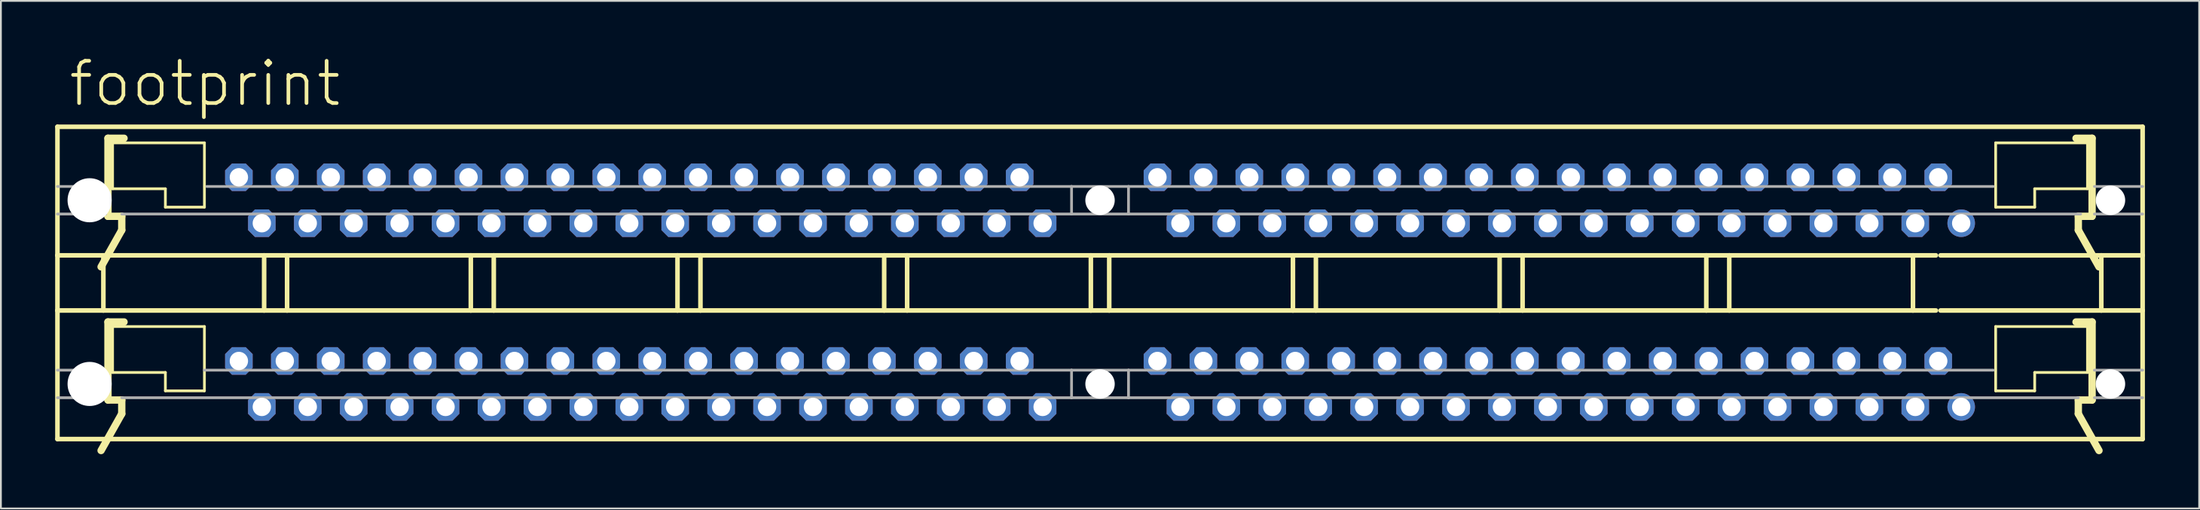
<source format=kicad_pcb>
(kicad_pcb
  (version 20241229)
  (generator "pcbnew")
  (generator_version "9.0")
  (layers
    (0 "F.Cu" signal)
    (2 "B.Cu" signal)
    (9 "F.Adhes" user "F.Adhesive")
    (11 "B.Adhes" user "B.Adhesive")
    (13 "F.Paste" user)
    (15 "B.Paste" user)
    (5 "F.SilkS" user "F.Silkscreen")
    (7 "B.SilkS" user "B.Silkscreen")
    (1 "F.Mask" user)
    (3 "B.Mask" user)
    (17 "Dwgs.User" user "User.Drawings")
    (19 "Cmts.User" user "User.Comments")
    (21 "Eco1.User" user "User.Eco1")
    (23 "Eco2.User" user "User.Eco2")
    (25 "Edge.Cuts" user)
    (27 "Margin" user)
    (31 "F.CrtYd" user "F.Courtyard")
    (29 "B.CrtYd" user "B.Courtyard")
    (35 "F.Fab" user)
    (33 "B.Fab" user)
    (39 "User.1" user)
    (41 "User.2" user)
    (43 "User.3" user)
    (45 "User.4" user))
  (footprint "footprint"
    (layer "F.Cu")
    (at 57.785 8.026)
    (property "Reference" "footprint" (at -57.15 -5.08 0) (layer "F.SilkS") (effects (font (size 2.337 2.337) (thickness 0.203)) (justify left bottom)))
    (fp_line (start -57.658 -4.064) (end 57.658 -4.064) (stroke (width 0.254) (type solid)) (layer "F.SilkS"))
    (fp_line (start -57.658 3.048) (end -57.658 -4.064) (stroke (width 0.254) (type solid)) (layer "F.SilkS"))
    (fp_line (start -57.658 6.096) (end -57.658 3.048) (stroke (width 0.254) (type solid)) (layer "F.SilkS"))
    (fp_line (start -57.658 6.096) (end -55.118 6.096) (stroke (width 0.254) (type solid)) (layer "F.SilkS"))
    (fp_line (start -57.658 13.208) (end -57.658 6.096) (stroke (width 0.254) (type solid)) (layer "F.SilkS"))
    (fp_line (start -55.118 3.048) (end -57.658 3.048) (stroke (width 0.254) (type solid)) (layer "F.SilkS"))
    (fp_line (start -55.118 6.096) (end -55.118 3.048) (stroke (width 0.254) (type solid)) (layer "F.SilkS"))
    (fp_line (start -55.118 6.096) (end -46.228 6.096) (stroke (width 0.254) (type solid)) (layer "F.SilkS"))
    (fp_line (start -54.864 -3.429) (end -54.864 0.889) (stroke (width 0.406) (type solid)) (layer "F.SilkS"))
    (fp_line (start -54.864 0.889) (end -54.102 0.889) (stroke (width 0.406) (type solid)) (layer "F.SilkS"))
    (fp_line (start -54.864 6.731) (end -54.864 11.049) (stroke (width 0.406) (type solid)) (layer "F.SilkS"))
    (fp_line (start -54.864 11.049) (end -54.102 11.049) (stroke (width 0.406) (type solid)) (layer "F.SilkS"))
    (fp_line (start -54.61 -3.175) (end -54.61 -0.635) (stroke (width 0.152) (type solid)) (layer "F.SilkS"))
    (fp_line (start -54.61 6.985) (end -54.61 9.525) (stroke (width 0.152) (type solid)) (layer "F.SilkS"))
    (fp_line (start -54.102 0.889) (end -54.102 1.651) (stroke (width 0.406) (type solid)) (layer "F.SilkS"))
    (fp_line (start -54.102 1.651) (end -55.245 3.683) (stroke (width 0.406) (type solid)) (layer "F.SilkS"))
    (fp_line (start -54.102 11.049) (end -54.102 11.811) (stroke (width 0.406) (type solid)) (layer "F.SilkS"))
    (fp_line (start -54.102 11.811) (end -55.245 13.843) (stroke (width 0.406) (type solid)) (layer "F.SilkS"))
    (fp_line (start -53.975 -3.429) (end -54.864 -3.429) (stroke (width 0.406) (type solid)) (layer "F.SilkS"))
    (fp_line (start -53.975 6.731) (end -54.864 6.731) (stroke (width 0.406) (type solid)) (layer "F.SilkS"))
    (fp_line (start -51.689 -0.635) (end -54.61 -0.635) (stroke (width 0.152) (type solid)) (layer "F.SilkS"))
    (fp_line (start -51.689 0.381) (end -51.689 -0.635) (stroke (width 0.152) (type solid)) (layer "F.SilkS"))
    (fp_line (start -51.689 0.381) (end -49.53 0.381) (stroke (width 0.152) (type solid)) (layer "F.SilkS"))
    (fp_line (start -51.689 9.525) (end -54.61 9.525) (stroke (width 0.152) (type solid)) (layer "F.SilkS"))
    (fp_line (start -51.689 10.541) (end -51.689 9.525) (stroke (width 0.152) (type solid)) (layer "F.SilkS"))
    (fp_line (start -51.689 10.541) (end -49.53 10.541) (stroke (width 0.152) (type solid)) (layer "F.SilkS"))
    (fp_line (start -49.53 -3.175) (end -54.61 -3.175) (stroke (width 0.152) (type solid)) (layer "F.SilkS"))
    (fp_line (start -49.53 0.381) (end -49.53 -3.175) (stroke (width 0.152) (type solid)) (layer "F.SilkS"))
    (fp_line (start -49.53 6.985) (end -54.61 6.985) (stroke (width 0.152) (type solid)) (layer "F.SilkS"))
    (fp_line (start -49.53 10.541) (end -49.53 6.985) (stroke (width 0.152) (type solid)) (layer "F.SilkS"))
    (fp_line (start -46.228 3.048) (end -55.118 3.048) (stroke (width 0.254) (type solid)) (layer "F.SilkS"))
    (fp_line (start -46.228 6.096) (end -46.228 3.048) (stroke (width 0.254) (type solid)) (layer "F.SilkS"))
    (fp_line (start -46.228 6.096) (end -44.958 6.096) (stroke (width 0.254) (type solid)) (layer "F.SilkS"))
    (fp_line (start -44.958 3.048) (end -46.228 3.048) (stroke (width 0.254) (type solid)) (layer "F.SilkS"))
    (fp_line (start -44.958 6.096) (end -44.958 3.048) (stroke (width 0.254) (type solid)) (layer "F.SilkS"))
    (fp_line (start -44.958 6.096) (end -34.798 6.096) (stroke (width 0.254) (type solid)) (layer "F.SilkS"))
    (fp_line (start -34.798 3.048) (end -44.958 3.048) (stroke (width 0.254) (type solid)) (layer "F.SilkS"))
    (fp_line (start -34.798 6.096) (end -34.798 3.048) (stroke (width 0.254) (type solid)) (layer "F.SilkS"))
    (fp_line (start -34.798 6.096) (end -33.528 6.096) (stroke (width 0.254) (type solid)) (layer "F.SilkS"))
    (fp_line (start -33.528 3.048) (end -34.798 3.048) (stroke (width 0.254) (type solid)) (layer "F.SilkS"))
    (fp_line (start -33.528 6.096) (end -33.528 3.048) (stroke (width 0.254) (type solid)) (layer "F.SilkS"))
    (fp_line (start -33.528 6.096) (end -23.368 6.096) (stroke (width 0.254) (type solid)) (layer "F.SilkS"))
    (fp_line (start -23.368 3.048) (end -33.528 3.048) (stroke (width 0.254) (type solid)) (layer "F.SilkS"))
    (fp_line (start -23.368 6.096) (end -23.368 3.048) (stroke (width 0.254) (type solid)) (layer "F.SilkS"))
    (fp_line (start -23.368 6.096) (end -22.098 6.096) (stroke (width 0.254) (type solid)) (layer "F.SilkS"))
    (fp_line (start -22.098 3.048) (end -23.368 3.048) (stroke (width 0.254) (type solid)) (layer "F.SilkS"))
    (fp_line (start -22.098 6.096) (end -22.098 3.048) (stroke (width 0.254) (type solid)) (layer "F.SilkS"))
    (fp_line (start -22.098 6.096) (end -11.938 6.096) (stroke (width 0.254) (type solid)) (layer "F.SilkS"))
    (fp_line (start -11.938 3.048) (end -22.098 3.048) (stroke (width 0.254) (type solid)) (layer "F.SilkS"))
    (fp_line (start -11.938 6.096) (end -11.938 3.048) (stroke (width 0.254) (type solid)) (layer "F.SilkS"))
    (fp_line (start -11.938 6.096) (end -10.668 6.096) (stroke (width 0.254) (type solid)) (layer "F.SilkS"))
    (fp_line (start -10.668 3.048) (end -11.938 3.048) (stroke (width 0.254) (type solid)) (layer "F.SilkS"))
    (fp_line (start -10.668 6.096) (end -10.668 3.048) (stroke (width 0.254) (type solid)) (layer "F.SilkS"))
    (fp_line (start -10.668 6.096) (end -0.508 6.096) (stroke (width 0.254) (type solid)) (layer "F.SilkS"))
    (fp_line (start -0.508 3.048) (end -10.668 3.048) (stroke (width 0.254) (type solid)) (layer "F.SilkS"))
    (fp_line (start -0.508 6.096) (end -0.508 3.048) (stroke (width 0.254) (type solid)) (layer "F.SilkS"))
    (fp_line (start 0.508 3.048) (end -0.508 3.048) (stroke (width 0.254) (type solid)) (layer "F.SilkS"))
    (fp_line (start 0.508 3.048) (end 10.668 3.048) (stroke (width 0.254) (type solid)) (layer "F.SilkS"))
    (fp_line (start 0.508 6.096) (end -0.508 6.096) (stroke (width 0.254) (type solid)) (layer "F.SilkS"))
    (fp_line (start 0.508 6.096) (end 0.508 3.048) (stroke (width 0.254) (type solid)) (layer "F.SilkS"))
    (fp_line (start 10.668 3.048) (end 11.938 3.048) (stroke (width 0.254) (type solid)) (layer "F.SilkS"))
    (fp_line (start 10.668 6.096) (end 0.508 6.096) (stroke (width 0.254) (type solid)) (layer "F.SilkS"))
    (fp_line (start 10.668 6.096) (end 10.668 3.048) (stroke (width 0.254) (type solid)) (layer "F.SilkS"))
    (fp_line (start 11.938 3.048) (end 22.098 3.048) (stroke (width 0.254) (type solid)) (layer "F.SilkS"))
    (fp_line (start 11.938 6.096) (end 10.668 6.096) (stroke (width 0.254) (type solid)) (layer "F.SilkS"))
    (fp_line (start 11.938 6.096) (end 11.938 3.048) (stroke (width 0.254) (type solid)) (layer "F.SilkS"))
    (fp_line (start 22.098 3.048) (end 23.368 3.048) (stroke (width 0.254) (type solid)) (layer "F.SilkS"))
    (fp_line (start 22.098 6.096) (end 11.938 6.096) (stroke (width 0.254) (type solid)) (layer "F.SilkS"))
    (fp_line (start 22.098 6.096) (end 22.098 3.048) (stroke (width 0.254) (type solid)) (layer "F.SilkS"))
    (fp_line (start 23.368 3.048) (end 33.528 3.048) (stroke (width 0.254) (type solid)) (layer "F.SilkS"))
    (fp_line (start 23.368 6.096) (end 22.098 6.096) (stroke (width 0.254) (type solid)) (layer "F.SilkS"))
    (fp_line (start 23.368 6.096) (end 23.368 3.048) (stroke (width 0.254) (type solid)) (layer "F.SilkS"))
    (fp_line (start 33.528 3.048) (end 34.798 3.048) (stroke (width 0.254) (type solid)) (layer "F.SilkS"))
    (fp_line (start 33.528 6.096) (end 23.368 6.096) (stroke (width 0.254) (type solid)) (layer "F.SilkS"))
    (fp_line (start 33.528 6.096) (end 33.528 3.048) (stroke (width 0.254) (type solid)) (layer "F.SilkS"))
    (fp_line (start 34.798 3.048) (end 44.958 3.048) (stroke (width 0.254) (type solid)) (layer "F.SilkS"))
    (fp_line (start 34.798 6.096) (end 33.528 6.096) (stroke (width 0.254) (type solid)) (layer "F.SilkS"))
    (fp_line (start 34.798 6.096) (end 34.798 3.048) (stroke (width 0.254) (type solid)) (layer "F.SilkS"))
    (fp_line (start 44.958 3.048) (end 46.228 3.048) (stroke (width 0.254) (type solid)) (layer "F.SilkS"))
    (fp_line (start 44.958 6.096) (end 34.798 6.096) (stroke (width 0.254) (type solid)) (layer "F.SilkS"))
    (fp_line (start 44.958 6.096) (end 44.958 3.048) (stroke (width 0.254) (type solid)) (layer "F.SilkS"))
    (fp_line (start 46.228 6.096) (end 44.958 6.096) (stroke (width 0.254) (type solid)) (layer "F.SilkS"))
    (fp_line (start 46.482 6.096) (end 55.372 6.096) (stroke (width 0.254) (type solid)) (layer "F.SilkS"))
    (fp_line (start 49.53 -3.175) (end 54.61 -3.175) (stroke (width 0.152) (type solid)) (layer "F.SilkS"))
    (fp_line (start 49.53 0.381) (end 49.53 -3.175) (stroke (width 0.152) (type solid)) (layer "F.SilkS"))
    (fp_line (start 49.53 6.985) (end 54.61 6.985) (stroke (width 0.152) (type solid)) (layer "F.SilkS"))
    (fp_line (start 49.53 10.541) (end 49.53 6.985) (stroke (width 0.152) (type solid)) (layer "F.SilkS"))
    (fp_line (start 51.689 -0.635) (end 54.61 -0.635) (stroke (width 0.152) (type solid)) (layer "F.SilkS"))
    (fp_line (start 51.689 0.381) (end 49.53 0.381) (stroke (width 0.152) (type solid)) (layer "F.SilkS"))
    (fp_line (start 51.689 0.381) (end 51.689 -0.635) (stroke (width 0.152) (type solid)) (layer "F.SilkS"))
    (fp_line (start 51.689 9.525) (end 54.61 9.525) (stroke (width 0.152) (type solid)) (layer "F.SilkS"))
    (fp_line (start 51.689 10.541) (end 49.53 10.541) (stroke (width 0.152) (type solid)) (layer "F.SilkS"))
    (fp_line (start 51.689 10.541) (end 51.689 9.525) (stroke (width 0.152) (type solid)) (layer "F.SilkS"))
    (fp_line (start 53.975 -3.429) (end 54.864 -3.429) (stroke (width 0.406) (type solid)) (layer "F.SilkS"))
    (fp_line (start 53.975 6.731) (end 54.864 6.731) (stroke (width 0.406) (type solid)) (layer "F.SilkS"))
    (fp_line (start 54.102 0.889) (end 54.102 1.651) (stroke (width 0.406) (type solid)) (layer "F.SilkS"))
    (fp_line (start 54.102 1.651) (end 55.245 3.683) (stroke (width 0.406) (type solid)) (layer "F.SilkS"))
    (fp_line (start 54.102 11.049) (end 54.102 11.811) (stroke (width 0.406) (type solid)) (layer "F.SilkS"))
    (fp_line (start 54.102 11.811) (end 55.245 13.843) (stroke (width 0.406) (type solid)) (layer "F.SilkS"))
    (fp_line (start 54.61 -3.175) (end 54.61 -0.635) (stroke (width 0.152) (type solid)) (layer "F.SilkS"))
    (fp_line (start 54.61 6.985) (end 54.61 9.525) (stroke (width 0.152) (type solid)) (layer "F.SilkS"))
    (fp_line (start 54.864 -3.429) (end 54.864 0.889) (stroke (width 0.406) (type solid)) (layer "F.SilkS"))
    (fp_line (start 54.864 0.889) (end 54.102 0.889) (stroke (width 0.406) (type solid)) (layer "F.SilkS"))
    (fp_line (start 54.864 6.731) (end 54.864 11.049) (stroke (width 0.406) (type solid)) (layer "F.SilkS"))
    (fp_line (start 54.864 11.049) (end 54.102 11.049) (stroke (width 0.406) (type solid)) (layer "F.SilkS"))
    (fp_line (start 55.372 3.048) (end 46.482 3.048) (stroke (width 0.254) (type solid)) (layer "F.SilkS"))
    (fp_line (start 55.372 6.096) (end 55.372 3.048) (stroke (width 0.254) (type solid)) (layer "F.SilkS"))
    (fp_line (start 55.372 6.096) (end 57.658 6.096) (stroke (width 0.254) (type solid)) (layer "F.SilkS"))
    (fp_line (start 57.658 -4.064) (end 57.658 3.048) (stroke (width 0.254) (type solid)) (layer "F.SilkS"))
    (fp_line (start 57.658 3.048) (end 55.372 3.048) (stroke (width 0.254) (type solid)) (layer "F.SilkS"))
    (fp_line (start 57.658 3.048) (end 57.658 6.096) (stroke (width 0.254) (type solid)) (layer "F.SilkS"))
    (fp_line (start 57.658 6.096) (end 57.658 13.208) (stroke (width 0.254) (type solid)) (layer "F.SilkS"))
    (fp_line (start 57.658 13.208) (end -57.658 13.208) (stroke (width 0.254) (type solid)) (layer "F.SilkS"))
    (fp_line (start -57.658 -0.762) (end -55.118 -0.762) (stroke (width 0.152) (type solid)) (layer "F.Fab"))
    (fp_line (start -57.658 0.762) (end -54.991 0.762) (stroke (width 0.152) (type solid)) (layer "F.Fab"))
    (fp_line (start -57.658 9.398) (end -55.118 9.398) (stroke (width 0.152) (type solid)) (layer "F.Fab"))
    (fp_line (start -57.658 10.922) (end -55.118 10.922) (stroke (width 0.152) (type solid)) (layer "F.Fab"))
    (fp_line (start -54.102 0.762) (end -1.575 0.762) (stroke (width 0.152) (type solid)) (layer "F.Fab"))
    (fp_line (start -54.102 10.922) (end -1.575 10.922) (stroke (width 0.152) (type solid)) (layer "F.Fab"))
    (fp_line (start -49.53 9.398) (end -1.575 9.398) (stroke (width 0.152) (type solid)) (layer "F.Fab"))
    (fp_line (start -49.403 -0.762) (end -1.575 -0.762) (stroke (width 0.152) (type solid)) (layer "F.Fab"))
    (fp_line (start -1.575 -0.762) (end 1.575 -0.762) (stroke (width 0.152) (type solid)) (layer "F.Fab"))
    (fp_line (start -1.575 0.762) (end -1.575 -0.762) (stroke (width 0.152) (type solid)) (layer "F.Fab"))
    (fp_line (start -1.575 0.762) (end 1.575 0.762) (stroke (width 0.152) (type solid)) (layer "F.Fab"))
    (fp_line (start -1.575 9.398) (end 1.575 9.398) (stroke (width 0.152) (type solid)) (layer "F.Fab"))
    (fp_line (start -1.575 10.922) (end -1.575 9.398) (stroke (width 0.152) (type solid)) (layer "F.Fab"))
    (fp_line (start -1.575 10.922) (end 1.575 10.922) (stroke (width 0.152) (type solid)) (layer "F.Fab"))
    (fp_line (start 1.575 0.762) (end 1.575 -0.762) (stroke (width 0.152) (type solid)) (layer "F.Fab"))
    (fp_line (start 1.575 10.922) (end 1.575 9.398) (stroke (width 0.152) (type solid)) (layer "F.Fab"))
    (fp_line (start 49.403 -0.762) (end 1.575 -0.762) (stroke (width 0.152) (type solid)) (layer "F.Fab"))
    (fp_line (start 49.403 9.398) (end 1.575 9.398) (stroke (width 0.152) (type solid)) (layer "F.Fab"))
    (fp_line (start 54.102 10.922) (end 1.575 10.922) (stroke (width 0.152) (type solid)) (layer "F.Fab"))
    (fp_line (start 54.229 0.762) (end 1.575 0.762) (stroke (width 0.152) (type solid)) (layer "F.Fab"))
    (fp_line (start 57.658 -0.762) (end 54.991 -0.762) (stroke (width 0.152) (type solid)) (layer "F.Fab"))
    (fp_line (start 57.658 0.762) (end 54.991 0.762) (stroke (width 0.152) (type solid)) (layer "F.Fab"))
    (fp_line (start 57.658 9.398) (end 54.991 9.398) (stroke (width 0.152) (type solid)) (layer "F.Fab"))
    (fp_line (start 57.658 10.922) (end 54.991 10.922) (stroke (width 0.152) (type solid)) (layer "F.Fab"))
    (pad "" np_thru_hole circle (at -55.88 0) (size 2.438 2.438) (drill 2.438) (layers "*.Cu" "*.Mask"))
    (pad "" np_thru_hole circle (at -55.88 10.16) (size 2.438 2.438) (drill 2.438) (layers "*.Cu" "*.Mask"))
    (pad "" np_thru_hole circle (at 0 0) (size 1.626 1.626) (drill 1.626) (layers "*.Cu" "*.Mask"))
    (pad "" np_thru_hole circle (at 0 10.16) (size 1.626 1.626) (drill 1.626) (layers "*.Cu" "*.Mask"))
    (pad "" np_thru_hole circle (at 55.88 0) (size 1.626 1.626) (drill 1.626) (layers "*.Cu" "*.Mask"))
    (pad "" np_thru_hole circle (at 55.88 10.16) (size 1.626 1.626) (drill 1.626) (layers "*.Cu" "*.Mask"))
    (pad "1-1" thru_hole circle (at 47.625 1.27) (size 1.524 1.524) (drill 1.016) (layers "*.Cu" "*.Mask"))
    (pad "1-2" thru_hole roundrect (at 46.355 -1.27) (size 1.524 1.524) (drill 1.016) (layers "*.Cu" "*.Mask") (roundrect_rratio 0.25) (chamfer_ratio 0.25) (chamfer top_left top_right bottom_left bottom_right))
    (pad "1-3" thru_hole roundrect (at 45.085 1.27) (size 1.524 1.524) (drill 1.016) (layers "*.Cu" "*.Mask") (roundrect_rratio 0.25) (chamfer_ratio 0.25) (chamfer top_left top_right bottom_left bottom_right))
    (pad "1-4" thru_hole roundrect (at 43.815 -1.27) (size 1.524 1.524) (drill 1.016) (layers "*.Cu" "*.Mask") (roundrect_rratio 0.25) (chamfer_ratio 0.25) (chamfer top_left top_right bottom_left bottom_right))
    (pad "1-5" thru_hole roundrect (at 42.545 1.27) (size 1.524 1.524) (drill 1.016) (layers "*.Cu" "*.Mask") (roundrect_rratio 0.25) (chamfer_ratio 0.25) (chamfer top_left top_right bottom_left bottom_right))
    (pad "1-6" thru_hole roundrect (at 41.275 -1.27) (size 1.524 1.524) (drill 1.016) (layers "*.Cu" "*.Mask") (roundrect_rratio 0.25) (chamfer_ratio 0.25) (chamfer top_left top_right bottom_left bottom_right))
    (pad "1-7" thru_hole roundrect (at 40.005 1.27) (size 1.524 1.524) (drill 1.016) (layers "*.Cu" "*.Mask") (roundrect_rratio 0.25) (chamfer_ratio 0.25) (chamfer top_left top_right bottom_left bottom_right))
    (pad "1-8" thru_hole roundrect (at 38.735 -1.27) (size 1.524 1.524) (drill 1.016) (layers "*.Cu" "*.Mask") (roundrect_rratio 0.25) (chamfer_ratio 0.25) (chamfer top_left top_right bottom_left bottom_right))
    (pad "1-9" thru_hole roundrect (at 37.465 1.27) (size 1.524 1.524) (drill 1.016) (layers "*.Cu" "*.Mask") (roundrect_rratio 0.25) (chamfer_ratio 0.25) (chamfer top_left top_right bottom_left bottom_right))
    (pad "1-10" thru_hole roundrect (at 36.195 -1.27) (size 1.524 1.524) (drill 1.016) (layers "*.Cu" "*.Mask") (roundrect_rratio 0.25) (chamfer_ratio 0.25) (chamfer top_left top_right bottom_left bottom_right))
    (pad "1-11" thru_hole roundrect (at 34.925 1.27) (size 1.524 1.524) (drill 1.016) (layers "*.Cu" "*.Mask") (roundrect_rratio 0.25) (chamfer_ratio 0.25) (chamfer top_left top_right bottom_left bottom_right))
    (pad "1-12" thru_hole roundrect (at 33.655 -1.27) (size 1.524 1.524) (drill 1.016) (layers "*.Cu" "*.Mask") (roundrect_rratio 0.25) (chamfer_ratio 0.25) (chamfer top_left top_right bottom_left bottom_right))
    (pad "1-13" thru_hole roundrect (at 32.385 1.27) (size 1.524 1.524) (drill 1.016) (layers "*.Cu" "*.Mask") (roundrect_rratio 0.25) (chamfer_ratio 0.25) (chamfer top_left top_right bottom_left bottom_right))
    (pad "1-14" thru_hole roundrect (at 31.115 -1.27) (size 1.524 1.524) (drill 1.016) (layers "*.Cu" "*.Mask") (roundrect_rratio 0.25) (chamfer_ratio 0.25) (chamfer top_left top_right bottom_left bottom_right))
    (pad "1-15" thru_hole roundrect (at 29.845 1.27) (size 1.524 1.524) (drill 1.016) (layers "*.Cu" "*.Mask") (roundrect_rratio 0.25) (chamfer_ratio 0.25) (chamfer top_left top_right bottom_left bottom_right))
    (pad "1-16" thru_hole roundrect (at 28.575 -1.27) (size 1.524 1.524) (drill 1.016) (layers "*.Cu" "*.Mask") (roundrect_rratio 0.25) (chamfer_ratio 0.25) (chamfer top_left top_right bottom_left bottom_right))
    (pad "1-17" thru_hole roundrect (at 27.305 1.27) (size 1.524 1.524) (drill 1.016) (layers "*.Cu" "*.Mask") (roundrect_rratio 0.25) (chamfer_ratio 0.25) (chamfer top_left top_right bottom_left bottom_right))
    (pad "1-18" thru_hole roundrect (at 26.035 -1.27) (size 1.524 1.524) (drill 1.016) (layers "*.Cu" "*.Mask") (roundrect_rratio 0.25) (chamfer_ratio 0.25) (chamfer top_left top_right bottom_left bottom_right))
    (pad "1-19" thru_hole roundrect (at 24.765 1.27) (size 1.524 1.524) (drill 1.016) (layers "*.Cu" "*.Mask") (roundrect_rratio 0.25) (chamfer_ratio 0.25) (chamfer top_left top_right bottom_left bottom_right))
    (pad "1-20" thru_hole roundrect (at 23.495 -1.27) (size 1.524 1.524) (drill 1.016) (layers "*.Cu" "*.Mask") (roundrect_rratio 0.25) (chamfer_ratio 0.25) (chamfer top_left top_right bottom_left bottom_right))
    (pad "1-21" thru_hole roundrect (at 22.225 1.27) (size 1.524 1.524) (drill 1.016) (layers "*.Cu" "*.Mask") (roundrect_rratio 0.25) (chamfer_ratio 0.25) (chamfer top_left top_right bottom_left bottom_right))
    (pad "1-22" thru_hole roundrect (at 20.955 -1.27) (size 1.524 1.524) (drill 1.016) (layers "*.Cu" "*.Mask") (roundrect_rratio 0.25) (chamfer_ratio 0.25) (chamfer top_left top_right bottom_left bottom_right))
    (pad "1-23" thru_hole roundrect (at 19.685 1.27) (size 1.524 1.524) (drill 1.016) (layers "*.Cu" "*.Mask") (roundrect_rratio 0.25) (chamfer_ratio 0.25) (chamfer top_left top_right bottom_left bottom_right))
    (pad "1-24" thru_hole roundrect (at 18.415 -1.27) (size 1.524 1.524) (drill 1.016) (layers "*.Cu" "*.Mask") (roundrect_rratio 0.25) (chamfer_ratio 0.25) (chamfer top_left top_right bottom_left bottom_right))
    (pad "1-25" thru_hole roundrect (at 17.145 1.27) (size 1.524 1.524) (drill 1.016) (layers "*.Cu" "*.Mask") (roundrect_rratio 0.25) (chamfer_ratio 0.25) (chamfer top_left top_right bottom_left bottom_right))
    (pad "1-26" thru_hole roundrect (at 15.875 -1.27) (size 1.524 1.524) (drill 1.016) (layers "*.Cu" "*.Mask") (roundrect_rratio 0.25) (chamfer_ratio 0.25) (chamfer top_left top_right bottom_left bottom_right))
    (pad "1-27" thru_hole roundrect (at 14.605 1.27) (size 1.524 1.524) (drill 1.016) (layers "*.Cu" "*.Mask") (roundrect_rratio 0.25) (chamfer_ratio 0.25) (chamfer top_left top_right bottom_left bottom_right))
    (pad "1-28" thru_hole roundrect (at 13.335 -1.27) (size 1.524 1.524) (drill 1.016) (layers "*.Cu" "*.Mask") (roundrect_rratio 0.25) (chamfer_ratio 0.25) (chamfer top_left top_right bottom_left bottom_right))
    (pad "1-29" thru_hole roundrect (at 12.065 1.27) (size 1.524 1.524) (drill 1.016) (layers "*.Cu" "*.Mask") (roundrect_rratio 0.25) (chamfer_ratio 0.25) (chamfer top_left top_right bottom_left bottom_right))
    (pad "1-30" thru_hole roundrect (at 10.795 -1.27) (size 1.524 1.524) (drill 1.016) (layers "*.Cu" "*.Mask") (roundrect_rratio 0.25) (chamfer_ratio 0.25) (chamfer top_left top_right bottom_left bottom_right))
    (pad "1-31" thru_hole roundrect (at 9.525 1.27) (size 1.524 1.524) (drill 1.016) (layers "*.Cu" "*.Mask") (roundrect_rratio 0.25) (chamfer_ratio 0.25) (chamfer top_left top_right bottom_left bottom_right))
    (pad "1-32" thru_hole roundrect (at 8.255 -1.27) (size 1.524 1.524) (drill 1.016) (layers "*.Cu" "*.Mask") (roundrect_rratio 0.25) (chamfer_ratio 0.25) (chamfer top_left top_right bottom_left bottom_right))
    (pad "1-33" thru_hole roundrect (at 6.985 1.27) (size 1.524 1.524) (drill 1.016) (layers "*.Cu" "*.Mask") (roundrect_rratio 0.25) (chamfer_ratio 0.25) (chamfer top_left top_right bottom_left bottom_right))
    (pad "1-34" thru_hole roundrect (at 5.715 -1.27) (size 1.524 1.524) (drill 1.016) (layers "*.Cu" "*.Mask") (roundrect_rratio 0.25) (chamfer_ratio 0.25) (chamfer top_left top_right bottom_left bottom_right))
    (pad "1-35" thru_hole roundrect (at 4.445 1.27) (size 1.524 1.524) (drill 1.016) (layers "*.Cu" "*.Mask") (roundrect_rratio 0.25) (chamfer_ratio 0.25) (chamfer top_left top_right bottom_left bottom_right))
    (pad "1-36" thru_hole roundrect (at 3.175 -1.27) (size 1.524 1.524) (drill 1.016) (layers "*.Cu" "*.Mask") (roundrect_rratio 0.25) (chamfer_ratio 0.25) (chamfer top_left top_right bottom_left bottom_right))
    (pad "1-37" thru_hole roundrect (at -3.175 1.27) (size 1.524 1.524) (drill 1.016) (layers "*.Cu" "*.Mask") (roundrect_rratio 0.25) (chamfer_ratio 0.25) (chamfer top_left top_right bottom_left bottom_right))
    (pad "1-38" thru_hole roundrect (at -4.445 -1.27) (size 1.524 1.524) (drill 1.016) (layers "*.Cu" "*.Mask") (roundrect_rratio 0.25) (chamfer_ratio 0.25) (chamfer top_left top_right bottom_left bottom_right))
    (pad "1-39" thru_hole roundrect (at -5.715 1.27) (size 1.524 1.524) (drill 1.016) (layers "*.Cu" "*.Mask") (roundrect_rratio 0.25) (chamfer_ratio 0.25) (chamfer top_left top_right bottom_left bottom_right))
    (pad "1-40" thru_hole roundrect (at -6.985 -1.27) (size 1.524 1.524) (drill 1.016) (layers "*.Cu" "*.Mask") (roundrect_rratio 0.25) (chamfer_ratio 0.25) (chamfer top_left top_right bottom_left bottom_right))
    (pad "1-41" thru_hole roundrect (at -8.255 1.27) (size 1.524 1.524) (drill 1.016) (layers "*.Cu" "*.Mask") (roundrect_rratio 0.25) (chamfer_ratio 0.25) (chamfer top_left top_right bottom_left bottom_right))
    (pad "1-42" thru_hole roundrect (at -9.525 -1.27) (size 1.524 1.524) (drill 1.016) (layers "*.Cu" "*.Mask") (roundrect_rratio 0.25) (chamfer_ratio 0.25) (chamfer top_left top_right bottom_left bottom_right))
    (pad "1-43" thru_hole roundrect (at -10.795 1.27) (size 1.524 1.524) (drill 1.016) (layers "*.Cu" "*.Mask") (roundrect_rratio 0.25) (chamfer_ratio 0.25) (chamfer top_left top_right bottom_left bottom_right))
    (pad "1-44" thru_hole roundrect (at -12.065 -1.27) (size 1.524 1.524) (drill 1.016) (layers "*.Cu" "*.Mask") (roundrect_rratio 0.25) (chamfer_ratio 0.25) (chamfer top_left top_right bottom_left bottom_right))
    (pad "1-45" thru_hole roundrect (at -13.335 1.27) (size 1.524 1.524) (drill 1.016) (layers "*.Cu" "*.Mask") (roundrect_rratio 0.25) (chamfer_ratio 0.25) (chamfer top_left top_right bottom_left bottom_right))
    (pad "1-46" thru_hole roundrect (at -14.605 -1.27) (size 1.524 1.524) (drill 1.016) (layers "*.Cu" "*.Mask") (roundrect_rratio 0.25) (chamfer_ratio 0.25) (chamfer top_left top_right bottom_left bottom_right))
    (pad "1-47" thru_hole roundrect (at -15.875 1.27) (size 1.524 1.524) (drill 1.016) (layers "*.Cu" "*.Mask") (roundrect_rratio 0.25) (chamfer_ratio 0.25) (chamfer top_left top_right bottom_left bottom_right))
    (pad "1-48" thru_hole roundrect (at -17.145 -1.27) (size 1.524 1.524) (drill 1.016) (layers "*.Cu" "*.Mask") (roundrect_rratio 0.25) (chamfer_ratio 0.25) (chamfer top_left top_right bottom_left bottom_right))
    (pad "1-49" thru_hole roundrect (at -18.415 1.27) (size 1.524 1.524) (drill 1.016) (layers "*.Cu" "*.Mask") (roundrect_rratio 0.25) (chamfer_ratio 0.25) (chamfer top_left top_right bottom_left bottom_right))
    (pad "1-50" thru_hole roundrect (at -19.685 -1.27) (size 1.524 1.524) (drill 1.016) (layers "*.Cu" "*.Mask") (roundrect_rratio 0.25) (chamfer_ratio 0.25) (chamfer top_left top_right bottom_left bottom_right))
    (pad "1-51" thru_hole roundrect (at -20.955 1.27) (size 1.524 1.524) (drill 1.016) (layers "*.Cu" "*.Mask") (roundrect_rratio 0.25) (chamfer_ratio 0.25) (chamfer top_left top_right bottom_left bottom_right))
    (pad "1-52" thru_hole roundrect (at -22.225 -1.27) (size 1.524 1.524) (drill 1.016) (layers "*.Cu" "*.Mask") (roundrect_rratio 0.25) (chamfer_ratio 0.25) (chamfer top_left top_right bottom_left bottom_right))
    (pad "1-53" thru_hole roundrect (at -23.495 1.27) (size 1.524 1.524) (drill 1.016) (layers "*.Cu" "*.Mask") (roundrect_rratio 0.25) (chamfer_ratio 0.25) (chamfer top_left top_right bottom_left bottom_right))
    (pad "1-54" thru_hole roundrect (at -24.765 -1.27) (size 1.524 1.524) (drill 1.016) (layers "*.Cu" "*.Mask") (roundrect_rratio 0.25) (chamfer_ratio 0.25) (chamfer top_left top_right bottom_left bottom_right))
    (pad "1-55" thru_hole roundrect (at -26.035 1.27) (size 1.524 1.524) (drill 1.016) (layers "*.Cu" "*.Mask") (roundrect_rratio 0.25) (chamfer_ratio 0.25) (chamfer top_left top_right bottom_left bottom_right))
    (pad "1-56" thru_hole roundrect (at -27.305 -1.27) (size 1.524 1.524) (drill 1.016) (layers "*.Cu" "*.Mask") (roundrect_rratio 0.25) (chamfer_ratio 0.25) (chamfer top_left top_right bottom_left bottom_right))
    (pad "1-57" thru_hole roundrect (at -28.575 1.27) (size 1.524 1.524) (drill 1.016) (layers "*.Cu" "*.Mask") (roundrect_rratio 0.25) (chamfer_ratio 0.25) (chamfer top_left top_right bottom_left bottom_right))
    (pad "1-58" thru_hole roundrect (at -29.845 -1.27) (size 1.524 1.524) (drill 1.016) (layers "*.Cu" "*.Mask") (roundrect_rratio 0.25) (chamfer_ratio 0.25) (chamfer top_left top_right bottom_left bottom_right))
    (pad "1-59" thru_hole roundrect (at -31.115 1.27) (size 1.524 1.524) (drill 1.016) (layers "*.Cu" "*.Mask") (roundrect_rratio 0.25) (chamfer_ratio 0.25) (chamfer top_left top_right bottom_left bottom_right))
    (pad "1-60" thru_hole roundrect (at -32.385 -1.27) (size 1.524 1.524) (drill 1.016) (layers "*.Cu" "*.Mask") (roundrect_rratio 0.25) (chamfer_ratio 0.25) (chamfer top_left top_right bottom_left bottom_right))
    (pad "1-61" thru_hole roundrect (at -33.655 1.27) (size 1.524 1.524) (drill 1.016) (layers "*.Cu" "*.Mask") (roundrect_rratio 0.25) (chamfer_ratio 0.25) (chamfer top_left top_right bottom_left bottom_right))
    (pad "1-62" thru_hole roundrect (at -34.925 -1.27) (size 1.524 1.524) (drill 1.016) (layers "*.Cu" "*.Mask") (roundrect_rratio 0.25) (chamfer_ratio 0.25) (chamfer top_left top_right bottom_left bottom_right))
    (pad "1-63" thru_hole roundrect (at -36.195 1.27) (size 1.524 1.524) (drill 1.016) (layers "*.Cu" "*.Mask") (roundrect_rratio 0.25) (chamfer_ratio 0.25) (chamfer top_left top_right bottom_left bottom_right))
    (pad "1-64" thru_hole roundrect (at -37.465 -1.27) (size 1.524 1.524) (drill 1.016) (layers "*.Cu" "*.Mask") (roundrect_rratio 0.25) (chamfer_ratio 0.25) (chamfer top_left top_right bottom_left bottom_right))
    (pad "1-65" thru_hole roundrect (at -38.735 1.27) (size 1.524 1.524) (drill 1.016) (layers "*.Cu" "*.Mask") (roundrect_rratio 0.25) (chamfer_ratio 0.25) (chamfer top_left top_right bottom_left bottom_right))
    (pad "1-66" thru_hole roundrect (at -40.005 -1.27) (size 1.524 1.524) (drill 1.016) (layers "*.Cu" "*.Mask") (roundrect_rratio 0.25) (chamfer_ratio 0.25) (chamfer top_left top_right bottom_left bottom_right))
    (pad "1-67" thru_hole roundrect (at -41.275 1.27) (size 1.524 1.524) (drill 1.016) (layers "*.Cu" "*.Mask") (roundrect_rratio 0.25) (chamfer_ratio 0.25) (chamfer top_left top_right bottom_left bottom_right))
    (pad "1-68" thru_hole roundrect (at -42.545 -1.27) (size 1.524 1.524) (drill 1.016) (layers "*.Cu" "*.Mask") (roundrect_rratio 0.25) (chamfer_ratio 0.25) (chamfer top_left top_right bottom_left bottom_right))
    (pad "1-69" thru_hole roundrect (at -43.815 1.27) (size 1.524 1.524) (drill 1.016) (layers "*.Cu" "*.Mask") (roundrect_rratio 0.25) (chamfer_ratio 0.25) (chamfer top_left top_right bottom_left bottom_right))
    (pad "1-70" thru_hole roundrect (at -45.085 -1.27) (size 1.524 1.524) (drill 1.016) (layers "*.Cu" "*.Mask") (roundrect_rratio 0.25) (chamfer_ratio 0.25) (chamfer top_left top_right bottom_left bottom_right))
    (pad "1-71" thru_hole roundrect (at -46.355 1.27) (size 1.524 1.524) (drill 1.016) (layers "*.Cu" "*.Mask") (roundrect_rratio 0.25) (chamfer_ratio 0.25) (chamfer top_left top_right bottom_left bottom_right))
    (pad "1-72" thru_hole roundrect (at -47.625 -1.27) (size 1.524 1.524) (drill 1.016) (layers "*.Cu" "*.Mask") (roundrect_rratio 0.25) (chamfer_ratio 0.25) (chamfer top_left top_right bottom_left bottom_right))
    (pad "2-1" thru_hole circle (at 47.625 11.43) (size 1.524 1.524) (drill 1.016) (layers "*.Cu" "*.Mask"))
    (pad "2-2" thru_hole roundrect (at 46.355 8.89) (size 1.524 1.524) (drill 1.016) (layers "*.Cu" "*.Mask") (roundrect_rratio 0.25) (chamfer_ratio 0.25) (chamfer top_left top_right bottom_left bottom_right))
    (pad "2-3" thru_hole roundrect (at 45.085 11.43) (size 1.524 1.524) (drill 1.016) (layers "*.Cu" "*.Mask") (roundrect_rratio 0.25) (chamfer_ratio 0.25) (chamfer top_left top_right bottom_left bottom_right))
    (pad "2-4" thru_hole roundrect (at 43.815 8.89) (size 1.524 1.524) (drill 1.016) (layers "*.Cu" "*.Mask") (roundrect_rratio 0.25) (chamfer_ratio 0.25) (chamfer top_left top_right bottom_left bottom_right))
    (pad "2-5" thru_hole roundrect (at 42.545 11.43) (size 1.524 1.524) (drill 1.016) (layers "*.Cu" "*.Mask") (roundrect_rratio 0.25) (chamfer_ratio 0.25) (chamfer top_left top_right bottom_left bottom_right))
    (pad "2-6" thru_hole roundrect (at 41.275 8.89) (size 1.524 1.524) (drill 1.016) (layers "*.Cu" "*.Mask") (roundrect_rratio 0.25) (chamfer_ratio 0.25) (chamfer top_left top_right bottom_left bottom_right))
    (pad "2-7" thru_hole roundrect (at 40.005 11.43) (size 1.524 1.524) (drill 1.016) (layers "*.Cu" "*.Mask") (roundrect_rratio 0.25) (chamfer_ratio 0.25) (chamfer top_left top_right bottom_left bottom_right))
    (pad "2-8" thru_hole roundrect (at 38.735 8.89) (size 1.524 1.524) (drill 1.016) (layers "*.Cu" "*.Mask") (roundrect_rratio 0.25) (chamfer_ratio 0.25) (chamfer top_left top_right bottom_left bottom_right))
    (pad "2-9" thru_hole roundrect (at 37.465 11.43) (size 1.524 1.524) (drill 1.016) (layers "*.Cu" "*.Mask") (roundrect_rratio 0.25) (chamfer_ratio 0.25) (chamfer top_left top_right bottom_left bottom_right))
    (pad "2-10" thru_hole roundrect (at 36.195 8.89) (size 1.524 1.524) (drill 1.016) (layers "*.Cu" "*.Mask") (roundrect_rratio 0.25) (chamfer_ratio 0.25) (chamfer top_left top_right bottom_left bottom_right))
    (pad "2-11" thru_hole roundrect (at 34.925 11.43) (size 1.524 1.524) (drill 1.016) (layers "*.Cu" "*.Mask") (roundrect_rratio 0.25) (chamfer_ratio 0.25) (chamfer top_left top_right bottom_left bottom_right))
    (pad "2-12" thru_hole roundrect (at 33.655 8.89) (size 1.524 1.524) (drill 1.016) (layers "*.Cu" "*.Mask") (roundrect_rratio 0.25) (chamfer_ratio 0.25) (chamfer top_left top_right bottom_left bottom_right))
    (pad "2-13" thru_hole roundrect (at 32.385 11.43) (size 1.524 1.524) (drill 1.016) (layers "*.Cu" "*.Mask") (roundrect_rratio 0.25) (chamfer_ratio 0.25) (chamfer top_left top_right bottom_left bottom_right))
    (pad "2-14" thru_hole roundrect (at 31.115 8.89) (size 1.524 1.524) (drill 1.016) (layers "*.Cu" "*.Mask") (roundrect_rratio 0.25) (chamfer_ratio 0.25) (chamfer top_left top_right bottom_left bottom_right))
    (pad "2-15" thru_hole roundrect (at 29.845 11.43) (size 1.524 1.524) (drill 1.016) (layers "*.Cu" "*.Mask") (roundrect_rratio 0.25) (chamfer_ratio 0.25) (chamfer top_left top_right bottom_left bottom_right))
    (pad "2-16" thru_hole roundrect (at 28.575 8.89) (size 1.524 1.524) (drill 1.016) (layers "*.Cu" "*.Mask") (roundrect_rratio 0.25) (chamfer_ratio 0.25) (chamfer top_left top_right bottom_left bottom_right))
    (pad "2-17" thru_hole roundrect (at 27.305 11.43) (size 1.524 1.524) (drill 1.016) (layers "*.Cu" "*.Mask") (roundrect_rratio 0.25) (chamfer_ratio 0.25) (chamfer top_left top_right bottom_left bottom_right))
    (pad "2-18" thru_hole roundrect (at 26.035 8.89) (size 1.524 1.524) (drill 1.016) (layers "*.Cu" "*.Mask") (roundrect_rratio 0.25) (chamfer_ratio 0.25) (chamfer top_left top_right bottom_left bottom_right))
    (pad "2-19" thru_hole roundrect (at 24.765 11.43) (size 1.524 1.524) (drill 1.016) (layers "*.Cu" "*.Mask") (roundrect_rratio 0.25) (chamfer_ratio 0.25) (chamfer top_left top_right bottom_left bottom_right))
    (pad "2-20" thru_hole roundrect (at 23.495 8.89) (size 1.524 1.524) (drill 1.016) (layers "*.Cu" "*.Mask") (roundrect_rratio 0.25) (chamfer_ratio 0.25) (chamfer top_left top_right bottom_left bottom_right))
    (pad "2-21" thru_hole roundrect (at 22.225 11.43) (size 1.524 1.524) (drill 1.016) (layers "*.Cu" "*.Mask") (roundrect_rratio 0.25) (chamfer_ratio 0.25) (chamfer top_left top_right bottom_left bottom_right))
    (pad "2-22" thru_hole roundrect (at 20.955 8.89) (size 1.524 1.524) (drill 1.016) (layers "*.Cu" "*.Mask") (roundrect_rratio 0.25) (chamfer_ratio 0.25) (chamfer top_left top_right bottom_left bottom_right))
    (pad "2-23" thru_hole roundrect (at 19.685 11.43) (size 1.524 1.524) (drill 1.016) (layers "*.Cu" "*.Mask") (roundrect_rratio 0.25) (chamfer_ratio 0.25) (chamfer top_left top_right bottom_left bottom_right))
    (pad "2-24" thru_hole roundrect (at 18.415 8.89) (size 1.524 1.524) (drill 1.016) (layers "*.Cu" "*.Mask") (roundrect_rratio 0.25) (chamfer_ratio 0.25) (chamfer top_left top_right bottom_left bottom_right))
    (pad "2-25" thru_hole roundrect (at 17.145 11.43) (size 1.524 1.524) (drill 1.016) (layers "*.Cu" "*.Mask") (roundrect_rratio 0.25) (chamfer_ratio 0.25) (chamfer top_left top_right bottom_left bottom_right))
    (pad "2-26" thru_hole roundrect (at 15.875 8.89) (size 1.524 1.524) (drill 1.016) (layers "*.Cu" "*.Mask") (roundrect_rratio 0.25) (chamfer_ratio 0.25) (chamfer top_left top_right bottom_left bottom_right))
    (pad "2-27" thru_hole roundrect (at 14.605 11.43) (size 1.524 1.524) (drill 1.016) (layers "*.Cu" "*.Mask") (roundrect_rratio 0.25) (chamfer_ratio 0.25) (chamfer top_left top_right bottom_left bottom_right))
    (pad "2-28" thru_hole roundrect (at 13.335 8.89) (size 1.524 1.524) (drill 1.016) (layers "*.Cu" "*.Mask") (roundrect_rratio 0.25) (chamfer_ratio 0.25) (chamfer top_left top_right bottom_left bottom_right))
    (pad "2-29" thru_hole roundrect (at 12.065 11.43) (size 1.524 1.524) (drill 1.016) (layers "*.Cu" "*.Mask") (roundrect_rratio 0.25) (chamfer_ratio 0.25) (chamfer top_left top_right bottom_left bottom_right))
    (pad "2-30" thru_hole roundrect (at 10.795 8.89) (size 1.524 1.524) (drill 1.016) (layers "*.Cu" "*.Mask") (roundrect_rratio 0.25) (chamfer_ratio 0.25) (chamfer top_left top_right bottom_left bottom_right))
    (pad "2-31" thru_hole roundrect (at 9.525 11.43) (size 1.524 1.524) (drill 1.016) (layers "*.Cu" "*.Mask") (roundrect_rratio 0.25) (chamfer_ratio 0.25) (chamfer top_left top_right bottom_left bottom_right))
    (pad "2-32" thru_hole roundrect (at 8.255 8.89) (size 1.524 1.524) (drill 1.016) (layers "*.Cu" "*.Mask") (roundrect_rratio 0.25) (chamfer_ratio 0.25) (chamfer top_left top_right bottom_left bottom_right))
    (pad "2-33" thru_hole roundrect (at 6.985 11.43) (size 1.524 1.524) (drill 1.016) (layers "*.Cu" "*.Mask") (roundrect_rratio 0.25) (chamfer_ratio 0.25) (chamfer top_left top_right bottom_left bottom_right))
    (pad "2-34" thru_hole roundrect (at 5.715 8.89) (size 1.524 1.524) (drill 1.016) (layers "*.Cu" "*.Mask") (roundrect_rratio 0.25) (chamfer_ratio 0.25) (chamfer top_left top_right bottom_left bottom_right))
    (pad "2-35" thru_hole roundrect (at 4.445 11.43) (size 1.524 1.524) (drill 1.016) (layers "*.Cu" "*.Mask") (roundrect_rratio 0.25) (chamfer_ratio 0.25) (chamfer top_left top_right bottom_left bottom_right))
    (pad "2-36" thru_hole roundrect (at 3.175 8.89) (size 1.524 1.524) (drill 1.016) (layers "*.Cu" "*.Mask") (roundrect_rratio 0.25) (chamfer_ratio 0.25) (chamfer top_left top_right bottom_left bottom_right))
    (pad "2-37" thru_hole roundrect (at -3.175 11.43) (size 1.524 1.524) (drill 1.016) (layers "*.Cu" "*.Mask") (roundrect_rratio 0.25) (chamfer_ratio 0.25) (chamfer top_left top_right bottom_left bottom_right))
    (pad "2-38" thru_hole roundrect (at -4.445 8.89) (size 1.524 1.524) (drill 1.016) (layers "*.Cu" "*.Mask") (roundrect_rratio 0.25) (chamfer_ratio 0.25) (chamfer top_left top_right bottom_left bottom_right))
    (pad "2-39" thru_hole roundrect (at -5.715 11.43) (size 1.524 1.524) (drill 1.016) (layers "*.Cu" "*.Mask") (roundrect_rratio 0.25) (chamfer_ratio 0.25) (chamfer top_left top_right bottom_left bottom_right))
    (pad "2-40" thru_hole roundrect (at -6.985 8.89) (size 1.524 1.524) (drill 1.016) (layers "*.Cu" "*.Mask") (roundrect_rratio 0.25) (chamfer_ratio 0.25) (chamfer top_left top_right bottom_left bottom_right))
    (pad "2-41" thru_hole roundrect (at -8.255 11.43) (size 1.524 1.524) (drill 1.016) (layers "*.Cu" "*.Mask") (roundrect_rratio 0.25) (chamfer_ratio 0.25) (chamfer top_left top_right bottom_left bottom_right))
    (pad "2-42" thru_hole roundrect (at -9.525 8.89) (size 1.524 1.524) (drill 1.016) (layers "*.Cu" "*.Mask") (roundrect_rratio 0.25) (chamfer_ratio 0.25) (chamfer top_left top_right bottom_left bottom_right))
    (pad "2-43" thru_hole roundrect (at -10.795 11.43) (size 1.524 1.524) (drill 1.016) (layers "*.Cu" "*.Mask") (roundrect_rratio 0.25) (chamfer_ratio 0.25) (chamfer top_left top_right bottom_left bottom_right))
    (pad "2-44" thru_hole roundrect (at -12.065 8.89) (size 1.524 1.524) (drill 1.016) (layers "*.Cu" "*.Mask") (roundrect_rratio 0.25) (chamfer_ratio 0.25) (chamfer top_left top_right bottom_left bottom_right))
    (pad "2-45" thru_hole roundrect (at -13.335 11.43) (size 1.524 1.524) (drill 1.016) (layers "*.Cu" "*.Mask") (roundrect_rratio 0.25) (chamfer_ratio 0.25) (chamfer top_left top_right bottom_left bottom_right))
    (pad "2-46" thru_hole roundrect (at -14.605 8.89) (size 1.524 1.524) (drill 1.016) (layers "*.Cu" "*.Mask") (roundrect_rratio 0.25) (chamfer_ratio 0.25) (chamfer top_left top_right bottom_left bottom_right))
    (pad "2-47" thru_hole roundrect (at -15.875 11.43) (size 1.524 1.524) (drill 1.016) (layers "*.Cu" "*.Mask") (roundrect_rratio 0.25) (chamfer_ratio 0.25) (chamfer top_left top_right bottom_left bottom_right))
    (pad "2-48" thru_hole roundrect (at -17.145 8.89) (size 1.524 1.524) (drill 1.016) (layers "*.Cu" "*.Mask") (roundrect_rratio 0.25) (chamfer_ratio 0.25) (chamfer top_left top_right bottom_left bottom_right))
    (pad "2-49" thru_hole roundrect (at -18.415 11.43) (size 1.524 1.524) (drill 1.016) (layers "*.Cu" "*.Mask") (roundrect_rratio 0.25) (chamfer_ratio 0.25) (chamfer top_left top_right bottom_left bottom_right))
    (pad "2-50" thru_hole roundrect (at -19.685 8.89) (size 1.524 1.524) (drill 1.016) (layers "*.Cu" "*.Mask") (roundrect_rratio 0.25) (chamfer_ratio 0.25) (chamfer top_left top_right bottom_left bottom_right))
    (pad "2-51" thru_hole roundrect (at -20.955 11.43) (size 1.524 1.524) (drill 1.016) (layers "*.Cu" "*.Mask") (roundrect_rratio 0.25) (chamfer_ratio 0.25) (chamfer top_left top_right bottom_left bottom_right))
    (pad "2-52" thru_hole roundrect (at -22.225 8.89) (size 1.524 1.524) (drill 1.016) (layers "*.Cu" "*.Mask") (roundrect_rratio 0.25) (chamfer_ratio 0.25) (chamfer top_left top_right bottom_left bottom_right))
    (pad "2-53" thru_hole roundrect (at -23.495 11.43) (size 1.524 1.524) (drill 1.016) (layers "*.Cu" "*.Mask") (roundrect_rratio 0.25) (chamfer_ratio 0.25) (chamfer top_left top_right bottom_left bottom_right))
    (pad "2-54" thru_hole roundrect (at -24.765 8.89) (size 1.524 1.524) (drill 1.016) (layers "*.Cu" "*.Mask") (roundrect_rratio 0.25) (chamfer_ratio 0.25) (chamfer top_left top_right bottom_left bottom_right))
    (pad "2-55" thru_hole roundrect (at -26.035 11.43) (size 1.524 1.524) (drill 1.016) (layers "*.Cu" "*.Mask") (roundrect_rratio 0.25) (chamfer_ratio 0.25) (chamfer top_left top_right bottom_left bottom_right))
    (pad "2-56" thru_hole roundrect (at -27.305 8.89) (size 1.524 1.524) (drill 1.016) (layers "*.Cu" "*.Mask") (roundrect_rratio 0.25) (chamfer_ratio 0.25) (chamfer top_left top_right bottom_left bottom_right))
    (pad "2-57" thru_hole roundrect (at -28.575 11.43) (size 1.524 1.524) (drill 1.016) (layers "*.Cu" "*.Mask") (roundrect_rratio 0.25) (chamfer_ratio 0.25) (chamfer top_left top_right bottom_left bottom_right))
    (pad "2-58" thru_hole roundrect (at -29.845 8.89) (size 1.524 1.524) (drill 1.016) (layers "*.Cu" "*.Mask") (roundrect_rratio 0.25) (chamfer_ratio 0.25) (chamfer top_left top_right bottom_left bottom_right))
    (pad "2-59" thru_hole roundrect (at -31.115 11.43) (size 1.524 1.524) (drill 1.016) (layers "*.Cu" "*.Mask") (roundrect_rratio 0.25) (chamfer_ratio 0.25) (chamfer top_left top_right bottom_left bottom_right))
    (pad "2-60" thru_hole roundrect (at -32.385 8.89) (size 1.524 1.524) (drill 1.016) (layers "*.Cu" "*.Mask") (roundrect_rratio 0.25) (chamfer_ratio 0.25) (chamfer top_left top_right bottom_left bottom_right))
    (pad "2-61" thru_hole roundrect (at -33.655 11.43) (size 1.524 1.524) (drill 1.016) (layers "*.Cu" "*.Mask") (roundrect_rratio 0.25) (chamfer_ratio 0.25) (chamfer top_left top_right bottom_left bottom_right))
    (pad "2-62" thru_hole roundrect (at -34.925 8.89) (size 1.524 1.524) (drill 1.016) (layers "*.Cu" "*.Mask") (roundrect_rratio 0.25) (chamfer_ratio 0.25) (chamfer top_left top_right bottom_left bottom_right))
    (pad "2-63" thru_hole roundrect (at -36.195 11.43) (size 1.524 1.524) (drill 1.016) (layers "*.Cu" "*.Mask") (roundrect_rratio 0.25) (chamfer_ratio 0.25) (chamfer top_left top_right bottom_left bottom_right))
    (pad "2-64" thru_hole roundrect (at -37.465 8.89) (size 1.524 1.524) (drill 1.016) (layers "*.Cu" "*.Mask") (roundrect_rratio 0.25) (chamfer_ratio 0.25) (chamfer top_left top_right bottom_left bottom_right))
    (pad "2-65" thru_hole roundrect (at -38.735 11.43) (size 1.524 1.524) (drill 1.016) (layers "*.Cu" "*.Mask") (roundrect_rratio 0.25) (chamfer_ratio 0.25) (chamfer top_left top_right bottom_left bottom_right))
    (pad "2-66" thru_hole roundrect (at -40.005 8.89) (size 1.524 1.524) (drill 1.016) (layers "*.Cu" "*.Mask") (roundrect_rratio 0.25) (chamfer_ratio 0.25) (chamfer top_left top_right bottom_left bottom_right))
    (pad "2-67" thru_hole roundrect (at -41.275 11.43) (size 1.524 1.524) (drill 1.016) (layers "*.Cu" "*.Mask") (roundrect_rratio 0.25) (chamfer_ratio 0.25) (chamfer top_left top_right bottom_left bottom_right))
    (pad "2-68" thru_hole roundrect (at -42.545 8.89) (size 1.524 1.524) (drill 1.016) (layers "*.Cu" "*.Mask") (roundrect_rratio 0.25) (chamfer_ratio 0.25) (chamfer top_left top_right bottom_left bottom_right))
    (pad "2-69" thru_hole roundrect (at -43.815 11.43) (size 1.524 1.524) (drill 1.016) (layers "*.Cu" "*.Mask") (roundrect_rratio 0.25) (chamfer_ratio 0.25) (chamfer top_left top_right bottom_left bottom_right))
    (pad "2-70" thru_hole roundrect (at -45.085 8.89) (size 1.524 1.524) (drill 1.016) (layers "*.Cu" "*.Mask") (roundrect_rratio 0.25) (chamfer_ratio 0.25) (chamfer top_left top_right bottom_left bottom_right))
    (pad "2-71" thru_hole roundrect (at -46.355 11.43) (size 1.524 1.524) (drill 1.016) (layers "*.Cu" "*.Mask") (roundrect_rratio 0.25) (chamfer_ratio 0.25) (chamfer top_left top_right bottom_left bottom_right))
    (pad "2-72" thru_hole roundrect (at -47.625 8.89) (size 1.524 1.524) (drill 1.016) (layers "*.Cu" "*.Mask") (roundrect_rratio 0.25) (chamfer_ratio 0.25) (chamfer top_left top_right bottom_left bottom_right)))
  (gr_rect
    (start -3 -3)
    (end 118.57 25.073)
    (stroke (width 0.1) (type default))
    (fill no)
    (layer "Edge.Cuts")))
</source>
